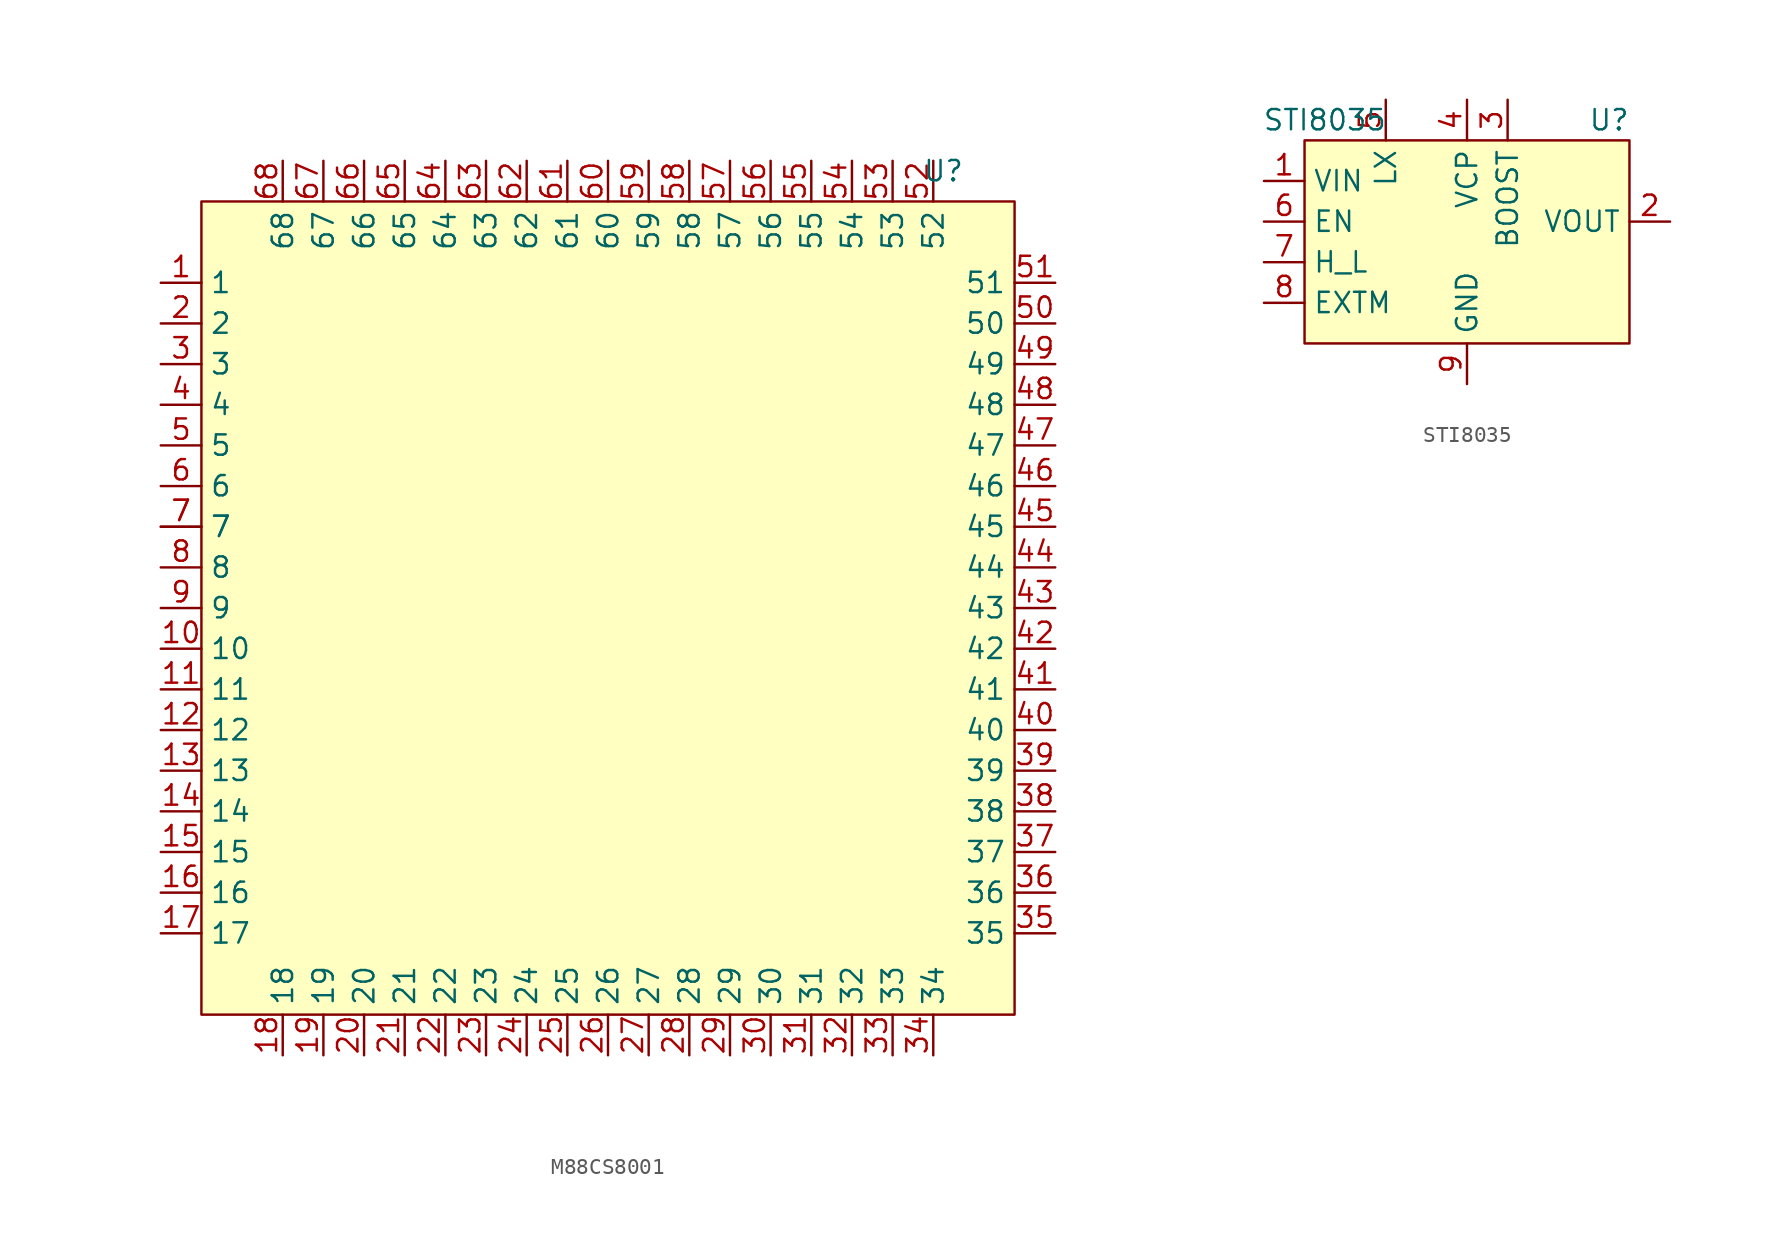
<source format=kicad_sym>
(kicad_symbol_lib
  (version 20220914)
  (generator kicad_symbol_editor)
  (symbol "M88CS8001"
    (property "Reference" "U"
      (at 20.955 27.305 0)
      (effects (font (size 1.27 1.27))))
    (property "Value" ""
      (at -12.7 10.16 0)
      (effects (font (size 1.27 1.27))))
    (symbol "M88CS8001_0_1"
      (rectangle (start -25.4 25.4) (end 25.4 -25.4) (stroke (width 0) (type default)) (fill (type background))))
    (symbol "M88CS8001_1_1"
      (pin input line (at -27.94 20.32 0) (length 2.54) (name "1" (effects (font (size 1.27 1.27)))) (number "1" (effects (font (size 1.27 1.27)))))
      (pin input line (at -27.94 -2.54 0) (length 2.54) (name "10" (effects (font (size 1.27 1.27)))) (number "10" (effects (font (size 1.27 1.27)))))
      (pin input line (at -27.94 -5.08 0) (length 2.54) (name "11" (effects (font (size 1.27 1.27)))) (number "11" (effects (font (size 1.27 1.27)))))
      (pin input line (at -27.94 -7.62 0) (length 2.54) (name "12" (effects (font (size 1.27 1.27)))) (number "12" (effects (font (size 1.27 1.27)))))
      (pin input line (at -27.94 -10.16 0) (length 2.54) (name "13" (effects (font (size 1.27 1.27)))) (number "13" (effects (font (size 1.27 1.27)))))
      (pin input line (at -27.94 -12.7 0) (length 2.54) (name "14" (effects (font (size 1.27 1.27)))) (number "14" (effects (font (size 1.27 1.27)))))
      (pin input line (at -27.94 -15.24 0) (length 2.54) (name "15" (effects (font (size 1.27 1.27)))) (number "15" (effects (font (size 1.27 1.27)))))
      (pin input line (at -27.94 -17.78 0) (length 2.54) (name "16" (effects (font (size 1.27 1.27)))) (number "16" (effects (font (size 1.27 1.27)))))
      (pin input line (at -27.94 -20.32 0) (length 2.54) (name "17" (effects (font (size 1.27 1.27)))) (number "17" (effects (font (size 1.27 1.27)))))
      (pin input line (at -20.32 -27.94 90) (length 2.54) (name "18" (effects (font (size 1.27 1.27)))) (number "18" (effects (font (size 1.27 1.27)))))
      (pin input line (at -17.78 -27.94 90) (length 2.54) (name "19" (effects (font (size 1.27 1.27)))) (number "19" (effects (font (size 1.27 1.27)))))
      (pin input line (at -27.94 17.78 0) (length 2.54) (name "2" (effects (font (size 1.27 1.27)))) (number "2" (effects (font (size 1.27 1.27)))))
      (pin input line (at -15.24 -27.94 90) (length 2.54) (name "20" (effects (font (size 1.27 1.27)))) (number "20" (effects (font (size 1.27 1.27)))))
      (pin input line (at -12.7 -27.94 90) (length 2.54) (name "21" (effects (font (size 1.27 1.27)))) (number "21" (effects (font (size 1.27 1.27)))))
      (pin input line (at -10.16 -27.94 90) (length 2.54) (name "22" (effects (font (size 1.27 1.27)))) (number "22" (effects (font (size 1.27 1.27)))))
      (pin input line (at -7.62 -27.94 90) (length 2.54) (name "23" (effects (font (size 1.27 1.27)))) (number "23" (effects (font (size 1.27 1.27)))))
      (pin input line (at -5.08 -27.94 90) (length 2.54) (name "24" (effects (font (size 1.27 1.27)))) (number "24" (effects (font (size 1.27 1.27)))))
      (pin input line (at -2.54 -27.94 90) (length 2.54) (name "25" (effects (font (size 1.27 1.27)))) (number "25" (effects (font (size 1.27 1.27)))))
      (pin input line (at 0 -27.94 90) (length 2.54) (name "26" (effects (font (size 1.27 1.27)))) (number "26" (effects (font (size 1.27 1.27)))))
      (pin input line (at 2.54 -27.94 90) (length 2.54) (name "27" (effects (font (size 1.27 1.27)))) (number "27" (effects (font (size 1.27 1.27)))))
      (pin input line (at 5.08 -27.94 90) (length 2.54) (name "28" (effects (font (size 1.27 1.27)))) (number "28" (effects (font (size 1.27 1.27)))))
      (pin input line (at 7.62 -27.94 90) (length 2.54) (name "29" (effects (font (size 1.27 1.27)))) (number "29" (effects (font (size 1.27 1.27)))))
      (pin input line (at -27.94 15.24 0) (length 2.54) (name "3" (effects (font (size 1.27 1.27)))) (number "3" (effects (font (size 1.27 1.27)))))
      (pin input line (at 10.16 -27.94 90) (length 2.54) (name "30" (effects (font (size 1.27 1.27)))) (number "30" (effects (font (size 1.27 1.27)))))
      (pin input line (at 12.7 -27.94 90) (length 2.54) (name "31" (effects (font (size 1.27 1.27)))) (number "31" (effects (font (size 1.27 1.27)))))
      (pin input line (at 15.24 -27.94 90) (length 2.54) (name "32" (effects (font (size 1.27 1.27)))) (number "32" (effects (font (size 1.27 1.27)))))
      (pin input line (at 17.78 -27.94 90) (length 2.54) (name "33" (effects (font (size 1.27 1.27)))) (number "33" (effects (font (size 1.27 1.27)))))
      (pin input line (at 20.32 -27.94 90) (length 2.54) (name "34" (effects (font (size 1.27 1.27)))) (number "34" (effects (font (size 1.27 1.27)))))
      (pin input line (at 27.94 -20.32 180) (length 2.54) (name "35" (effects (font (size 1.27 1.27)))) (number "35" (effects (font (size 1.27 1.27)))))
      (pin input line (at 27.94 -17.78 180) (length 2.54) (name "36" (effects (font (size 1.27 1.27)))) (number "36" (effects (font (size 1.27 1.27)))))
      (pin input line (at 27.94 -15.24 180) (length 2.54) (name "37" (effects (font (size 1.27 1.27)))) (number "37" (effects (font (size 1.27 1.27)))))
      (pin input line (at 27.94 -12.7 180) (length 2.54) (name "38" (effects (font (size 1.27 1.27)))) (number "38" (effects (font (size 1.27 1.27)))))
      (pin input line (at 27.94 -10.16 180) (length 2.54) (name "39" (effects (font (size 1.27 1.27)))) (number "39" (effects (font (size 1.27 1.27)))))
      (pin input line (at -27.94 12.7 0) (length 2.54) (name "4" (effects (font (size 1.27 1.27)))) (number "4" (effects (font (size 1.27 1.27)))))
      (pin input line (at 27.94 -7.62 180) (length 2.54) (name "40" (effects (font (size 1.27 1.27)))) (number "40" (effects (font (size 1.27 1.27)))))
      (pin input line (at 27.94 -5.08 180) (length 2.54) (name "41" (effects (font (size 1.27 1.27)))) (number "41" (effects (font (size 1.27 1.27)))))
      (pin input line (at 27.94 -2.54 180) (length 2.54) (name "42" (effects (font (size 1.27 1.27)))) (number "42" (effects (font (size 1.27 1.27)))))
      (pin input line (at 27.94 0 180) (length 2.54) (name "43" (effects (font (size 1.27 1.27)))) (number "43" (effects (font (size 1.27 1.27)))))
      (pin input line (at 27.94 2.54 180) (length 2.54) (name "44" (effects (font (size 1.27 1.27)))) (number "44" (effects (font (size 1.27 1.27)))))
      (pin input line (at 27.94 5.08 180) (length 2.54) (name "45" (effects (font (size 1.27 1.27)))) (number "45" (effects (font (size 1.27 1.27)))))
      (pin input line (at 27.94 7.62 180) (length 2.54) (name "46" (effects (font (size 1.27 1.27)))) (number "46" (effects (font (size 1.27 1.27)))))
      (pin input line (at 27.94 10.16 180) (length 2.54) (name "47" (effects (font (size 1.27 1.27)))) (number "47" (effects (font (size 1.27 1.27)))))
      (pin input line (at 27.94 12.7 180) (length 2.54) (name "48" (effects (font (size 1.27 1.27)))) (number "48" (effects (font (size 1.27 1.27)))))
      (pin input line (at 27.94 15.24 180) (length 2.54) (name "49" (effects (font (size 1.27 1.27)))) (number "49" (effects (font (size 1.27 1.27)))))
      (pin input line (at -27.94 10.16 0) (length 2.54) (name "5" (effects (font (size 1.27 1.27)))) (number "5" (effects (font (size 1.27 1.27)))))
      (pin input line (at 27.94 17.78 180) (length 2.54) (name "50" (effects (font (size 1.27 1.27)))) (number "50" (effects (font (size 1.27 1.27)))))
      (pin input line (at 27.94 20.32 180) (length 2.54) (name "51" (effects (font (size 1.27 1.27)))) (number "51" (effects (font (size 1.27 1.27)))))
      (pin input line (at 20.32 27.94 270) (length 2.54) (name "52" (effects (font (size 1.27 1.27)))) (number "52" (effects (font (size 1.27 1.27)))))
      (pin input line (at 17.78 27.94 270) (length 2.54) (name "53" (effects (font (size 1.27 1.27)))) (number "53" (effects (font (size 1.27 1.27)))))
      (pin input line (at 15.24 27.94 270) (length 2.54) (name "54" (effects (font (size 1.27 1.27)))) (number "54" (effects (font (size 1.27 1.27)))))
      (pin input line (at 12.7 27.94 270) (length 2.54) (name "55" (effects (font (size 1.27 1.27)))) (number "55" (effects (font (size 1.27 1.27)))))
      (pin input line (at 10.16 27.94 270) (length 2.54) (name "56" (effects (font (size 1.27 1.27)))) (number "56" (effects (font (size 1.27 1.27)))))
      (pin input line (at 7.62 27.94 270) (length 2.54) (name "57" (effects (font (size 1.27 1.27)))) (number "57" (effects (font (size 1.27 1.27)))))
      (pin input line (at 5.08 27.94 270) (length 2.54) (name "58" (effects (font (size 1.27 1.27)))) (number "58" (effects (font (size 1.27 1.27)))))
      (pin input line (at 2.54 27.94 270) (length 2.54) (name "59" (effects (font (size 1.27 1.27)))) (number "59" (effects (font (size 1.27 1.27)))))
      (pin input line (at -27.94 7.62 0) (length 2.54) (name "6" (effects (font (size 1.27 1.27)))) (number "6" (effects (font (size 1.27 1.27)))))
      (pin input line (at 0 27.94 270) (length 2.54) (name "60" (effects (font (size 1.27 1.27)))) (number "60" (effects (font (size 1.27 1.27)))))
      (pin input line (at -2.54 27.94 270) (length 2.54) (name "61" (effects (font (size 1.27 1.27)))) (number "61" (effects (font (size 1.27 1.27)))))
      (pin input line (at -5.08 27.94 270) (length 2.54) (name "62" (effects (font (size 1.27 1.27)))) (number "62" (effects (font (size 1.27 1.27)))))
      (pin input line (at -7.62 27.94 270) (length 2.54) (name "63" (effects (font (size 1.27 1.27)))) (number "63" (effects (font (size 1.27 1.27)))))
      (pin input line (at -10.16 27.94 270) (length 2.54) (name "64" (effects (font (size 1.27 1.27)))) (number "64" (effects (font (size 1.27 1.27)))))
      (pin input line (at -12.7 27.94 270) (length 2.54) (name "65" (effects (font (size 1.27 1.27)))) (number "65" (effects (font (size 1.27 1.27)))))
      (pin input line (at -15.24 27.94 270) (length 2.54) (name "66" (effects (font (size 1.27 1.27)))) (number "66" (effects (font (size 1.27 1.27)))))
      (pin input line (at -17.78 27.94 270) (length 2.54) (name "67" (effects (font (size 1.27 1.27)))) (number "67" (effects (font (size 1.27 1.27)))))
      (pin input line (at -20.32 27.94 270) (length 2.54) (name "68" (effects (font (size 1.27 1.27)))) (number "68" (effects (font (size 1.27 1.27)))))
      (pin input line (at -27.94 5.08 0) (length 2.54) (name "7" (effects (font (size 1.27 1.27)))) (number "7" (effects (font (size 1.27 1.27)))))
      (pin input line (at -27.94 5.08 0) (length 2.54) (name "7" (effects (font (size 1.27 1.27)))) (number "7" (effects (font (size 1.27 1.27)))))
      (pin input line (at -27.94 2.54 0) (length 2.54) (name "8" (effects (font (size 1.27 1.27)))) (number "8" (effects (font (size 1.27 1.27)))))
      (pin input line (at -27.94 0 0) (length 2.54) (name "9" (effects (font (size 1.27 1.27)))) (number "9" (effects (font (size 1.27 1.27)))))))
  (symbol "STI8035"
    (property "Reference" "U"
      (at 8.89 6.35 0)
      (effects (font (size 1.27 1.27))))
    (property "Value" "STI8035"
      (at -8.89 6.35 0)
      (effects (font (size 1.27 1.27))))
    (symbol "STI8035_0_1"
      (rectangle (start -10.16 5.08) (end 10.16 -7.62) (stroke (width 0) (type default)) (fill (type background))))
    (symbol "STI8035_1_1"
      (pin power_in line (at -12.7 2.54 0) (length 2.54) (name "VIN" (effects (font (size 1.27 1.27)))) (number "1" (effects (font (size 1.27 1.27)))))
      (pin power_out line (at 12.7 0 180) (length 2.54) (name "VOUT" (effects (font (size 1.27 1.27)))) (number "2" (effects (font (size 1.27 1.27)))))
      (pin passive line (at 2.54 7.62 270) (length 2.54) (name "BOOST" (effects (font (size 1.27 1.27)))) (number "3" (effects (font (size 1.27 1.27)))))
      (pin passive line (at 0 7.62 270) (length 2.54) (name "VCP" (effects (font (size 1.27 1.27)))) (number "4" (effects (font (size 1.27 1.27)))))
      (pin passive line (at -5.08 7.62 270) (length 2.54) (name "LX" (effects (font (size 1.27 1.27)))) (number "5" (effects (font (size 1.27 1.27)))))
      (pin input line (at -12.7 0 0) (length 2.54) (name "EN" (effects (font (size 1.27 1.27)))) (number "6" (effects (font (size 1.27 1.27)))))
      (pin input line (at -12.7 -2.54 0) (length 2.54) (name "H_L" (effects (font (size 1.27 1.27)))) (number "7" (effects (font (size 1.27 1.27)))))
      (pin input line (at -12.7 -5.08 0) (length 2.54) (name "EXTM" (effects (font (size 1.27 1.27)))) (number "8" (effects (font (size 1.27 1.27)))))
      (pin power_in line (at 0 -10.16 90) (length 2.54) (name "GND" (effects (font (size 1.27 1.27)))) (number "9" (effects (font (size 1.27 1.27))))))))
</source>
